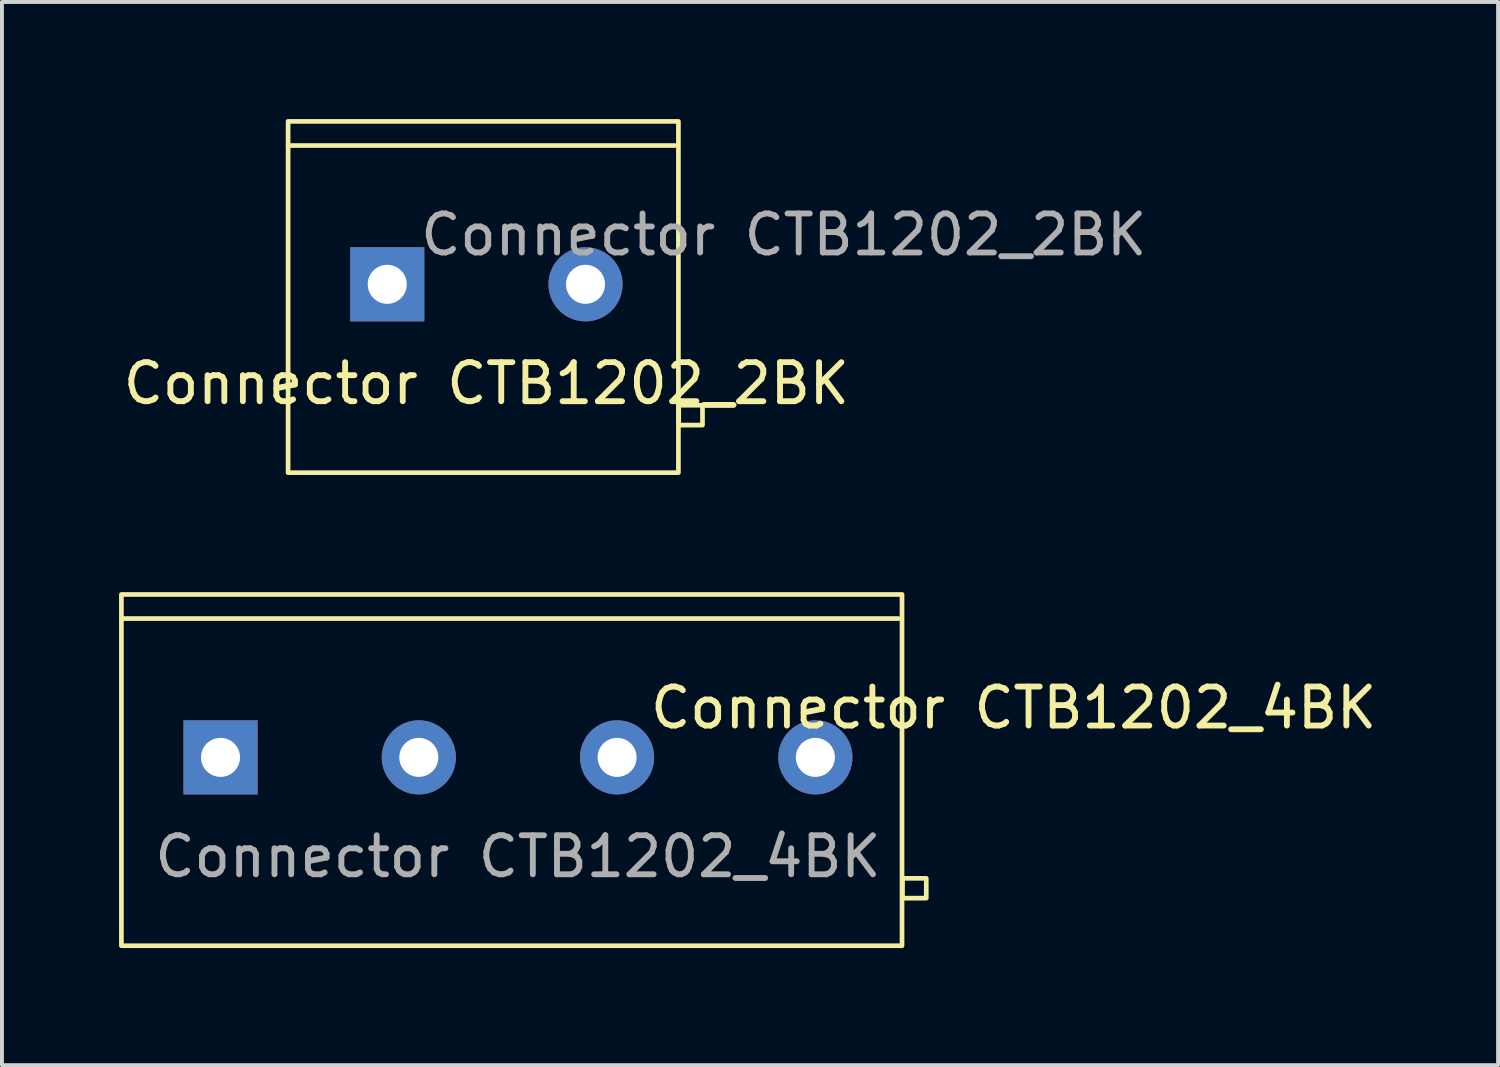
<source format=kicad_pcb>
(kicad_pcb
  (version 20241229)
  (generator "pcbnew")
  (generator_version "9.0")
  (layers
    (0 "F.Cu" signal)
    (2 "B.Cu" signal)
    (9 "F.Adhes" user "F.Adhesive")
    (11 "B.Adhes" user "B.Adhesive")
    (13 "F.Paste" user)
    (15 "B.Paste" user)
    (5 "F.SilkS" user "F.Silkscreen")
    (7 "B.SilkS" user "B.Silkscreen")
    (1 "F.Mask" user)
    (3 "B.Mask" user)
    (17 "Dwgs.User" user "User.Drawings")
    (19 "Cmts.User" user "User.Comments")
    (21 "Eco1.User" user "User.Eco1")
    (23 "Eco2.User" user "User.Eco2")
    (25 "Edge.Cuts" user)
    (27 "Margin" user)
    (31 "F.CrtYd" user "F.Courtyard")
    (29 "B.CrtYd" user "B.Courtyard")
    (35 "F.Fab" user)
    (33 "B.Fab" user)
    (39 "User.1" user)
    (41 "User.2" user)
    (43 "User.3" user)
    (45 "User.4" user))
  (footprint "Connector CTB1202_4BK"
    (layer "F.Cu")
    (at 2.6 16.354)
    (property "Reference" "Connector CTB1202_4BK" (at 20.32 -1.27 0) (unlocked yes) (layer "F.SilkS") (effects (font (size 1 1) (thickness 0.15))))
    (attr through_hole)
    (fp_line (start -2.54 -3.556) (end 17.366 -3.556) (stroke (width 0.12) (type solid)) (layer "F.SilkS"))
    (fp_rect (start -2.54 -4.174) (end 17.46 4.826) (stroke (width 0.12) (type solid)) (fill no) (layer "F.SilkS"))
    (fp_rect (start 17.471 3.607) (end 18.081 3.099) (stroke (width 0.12) (type solid)) (fill no) (layer "F.SilkS"))
    (fp_text user "${REFERENCE}" (at 7.62 2.54 0) (unlocked yes) (layer "F.Fab") (effects (font (size 1 1) (thickness 0.15))))
    (pad "1" thru_hole rect (at 0 0) (size 1.9 1.9) (drill 1) (layers "*.Cu" "*.Mask"))
    (pad "2" thru_hole circle (at 5.08 0) (size 1.9 1.9) (drill 1) (layers "*.Cu" "*.Mask"))
    (pad "3" thru_hole circle (at 10.16 0) (size 1.9 1.9) (drill 1) (layers "*.Cu" "*.Mask"))
    (pad "4" thru_hole circle (at 15.24 0) (size 1.9 1.9) (drill 1) (layers "*.Cu" "*.Mask")))
  (footprint "Connector CTB1202_2BK"
    (layer "F.Cu")
    (at 6.871 4.234)
    (property "Reference" "Connector CTB1202_2BK" (at 2.54 2.54 0) (unlocked yes) (layer "F.SilkS") (effects (font (size 1 1) (thickness 0.15))))
    (attr through_hole)
    (fp_line (start -2.54 -3.556) (end 7.366 -3.556) (stroke (width 0.12) (type solid)) (layer "F.SilkS"))
    (fp_rect (start -2.54 -4.174) (end 7.46 4.826) (stroke (width 0.12) (type solid)) (fill no) (layer "F.SilkS"))
    (fp_rect (start 7.468 3.607) (end 8.077 3.099) (stroke (width 0.12) (type solid)) (fill no) (layer "F.SilkS"))
    (fp_text user "${REFERENCE}" (at 10.16 -1.27 0) (unlocked yes) (layer "F.Fab") (effects (font (size 1 1) (thickness 0.15))))
    (pad "1" thru_hole rect (at 0 0) (size 1.9 1.9) (drill 1) (layers "*.Cu" "*.Mask"))
    (pad "2" thru_hole circle (at 5.08 0) (size 1.9 1.9) (drill 1) (layers "*.Cu" "*.Mask")))
  (gr_rect
    (start -3 -3)
    (end 35.331 24.24)
    (stroke (width 0.1) (type default))
    (fill no)
    (layer "Edge.Cuts")))
</source>
